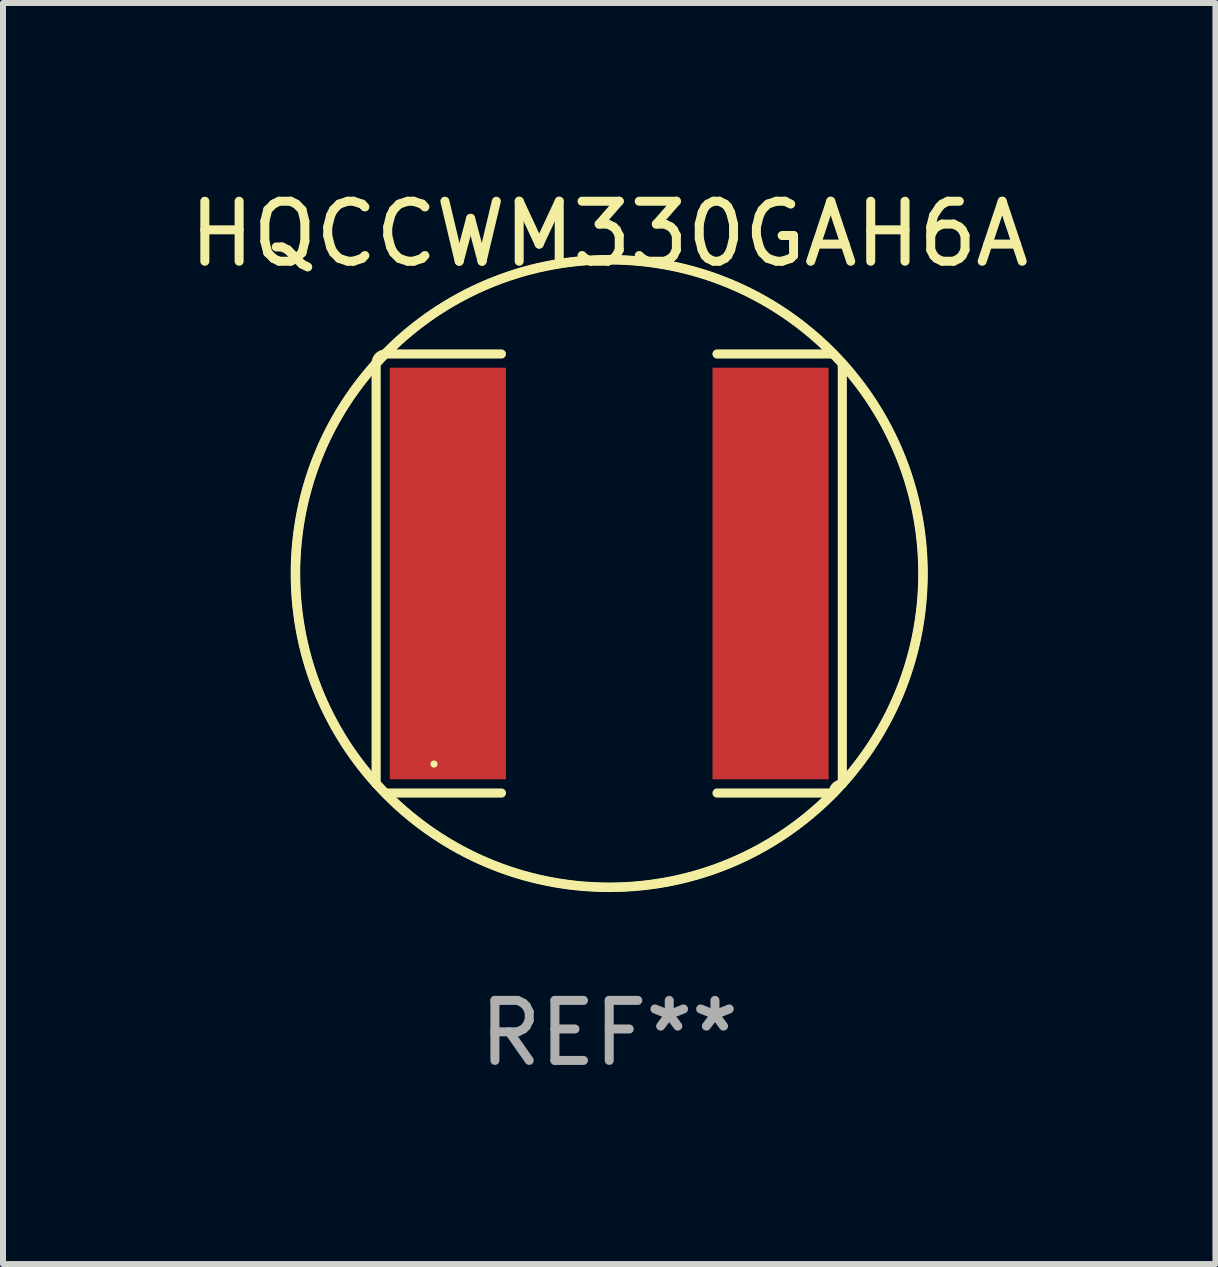
<source format=kicad_pcb>
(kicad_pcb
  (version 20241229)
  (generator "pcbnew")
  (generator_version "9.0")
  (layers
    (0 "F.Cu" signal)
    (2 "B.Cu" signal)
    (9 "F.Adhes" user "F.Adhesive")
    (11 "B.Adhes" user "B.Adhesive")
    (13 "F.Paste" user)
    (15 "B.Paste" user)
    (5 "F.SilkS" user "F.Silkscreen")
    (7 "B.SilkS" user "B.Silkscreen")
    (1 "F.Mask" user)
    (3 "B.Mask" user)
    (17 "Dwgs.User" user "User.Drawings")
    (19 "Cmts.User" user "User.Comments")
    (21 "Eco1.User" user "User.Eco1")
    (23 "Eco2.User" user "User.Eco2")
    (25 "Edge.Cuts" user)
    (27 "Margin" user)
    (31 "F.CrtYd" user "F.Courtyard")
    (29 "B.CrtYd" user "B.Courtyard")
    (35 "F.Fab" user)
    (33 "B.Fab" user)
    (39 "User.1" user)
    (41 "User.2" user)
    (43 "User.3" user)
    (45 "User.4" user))
  (footprint "HQCCWM330GAH6A"
    (layer "F.Cu")
    (at 7.101 6.506)
    (property "Reference" "HQCCWM330GAH6A" (at 0 -5.658 0) (layer "F.SilkS") (effects (font (size 1 1) (thickness 0.15))))
    (attr through_hole)
    (fp_line (start -3.884 -3.505) (end -3.884 3.505) (stroke (width 0.152) (type solid)) (layer "F.SilkS"))
    (fp_line (start -3.731 3.658) (end -1.796 3.658) (stroke (width 0.152) (type solid)) (layer "F.SilkS"))
    (fp_line (start -1.796 -3.658) (end -3.731 -3.658) (stroke (width 0.152) (type solid)) (layer "F.SilkS"))
    (fp_line (start 1.796 -3.658) (end 3.731 -3.658) (stroke (width 0.152) (type solid)) (layer "F.SilkS"))
    (fp_line (start 3.731 3.658) (end 1.796 3.658) (stroke (width 0.152) (type solid)) (layer "F.SilkS"))
    (fp_line (start 3.884 -3.505) (end 3.884 3.505) (stroke (width 0.152) (type solid)) (layer "F.SilkS"))
    (fp_arc (start -3.8836 -3.505199) (mid -3.838963 -3.612963) (end -3.731199 -3.6576) (stroke (width 0.1524) (type solid)) (layer "F.SilkS"))
    (fp_arc (start -3.883599 3.505199) (mid 3.883577 -3.505177) (end -3.883599 3.505199) (stroke (width 0.1524) (type solid)) (layer "F.SilkS"))
    (fp_arc (start 3.731198 3.6576) (mid 3.775835 3.549836) (end 3.883599 3.505199) (stroke (width 0.1524) (type solid)) (layer "F.SilkS"))
    (fp_arc (start 3.731199 -3.6576) (mid -3.731221 3.657622) (end 3.731199 -3.6576) (stroke (width 0.1524) (type solid)) (layer "F.SilkS"))
    (fp_circle (center -2.92 3.175) (end -2.89 3.175) (stroke (width 0.06) (type solid)) (fill no) (layer "F.SilkS"))
    (fp_text user "REF**" (at 0 7.658 0) (layer "F.Fab") (effects (font (size 1 1) (thickness 0.15))))
    (pad "1" smd rect (at -2.688 0) (size 1.935 6.858) (layers "F.Cu" "F.Mask" "F.Paste"))
    (pad "2" smd rect (at 2.688 0) (size 1.935 6.858) (layers "F.Cu" "F.Mask" "F.Paste")))
  (gr_rect
    (start -3 -3)
    (end 17.202 18.012)
    (stroke (width 0.1) (type default))
    (fill no)
    (layer "Edge.Cuts")))
</source>
